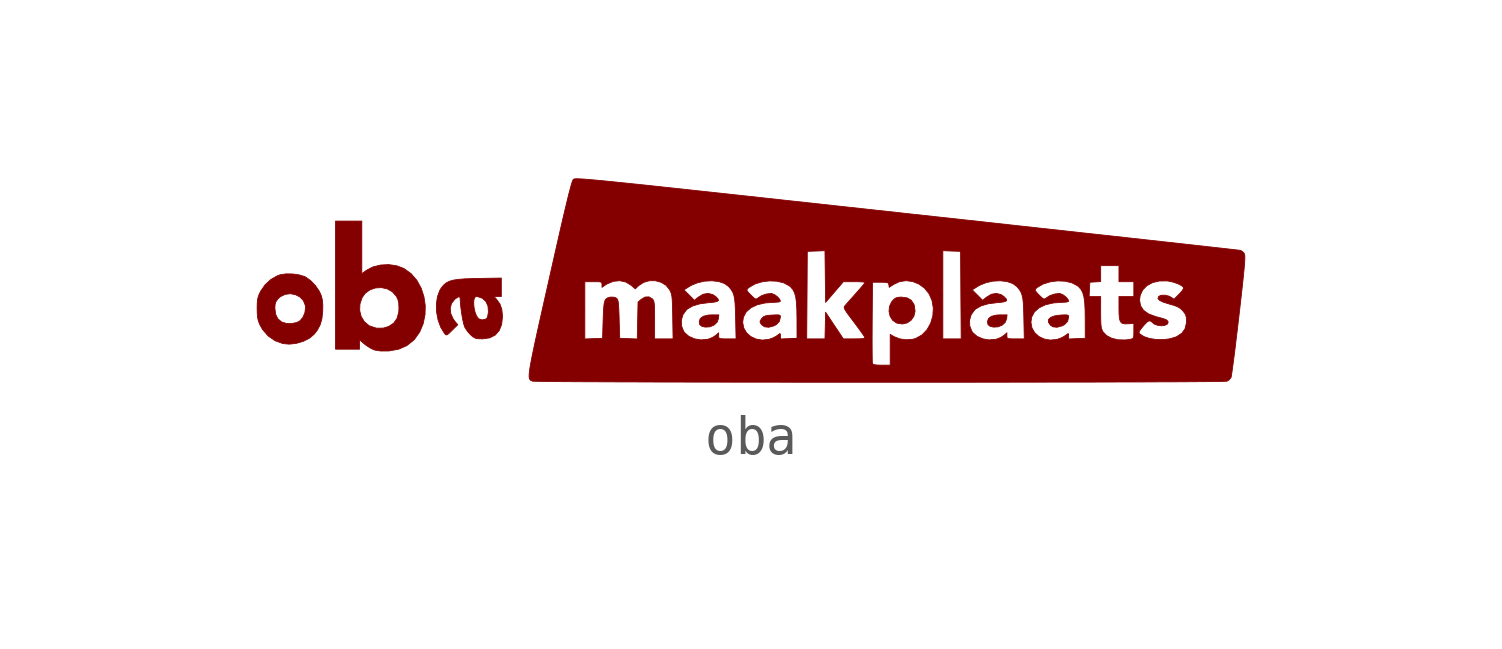
<source format=kicad_sym>
(kicad_symbol_lib
  (version 20231120)
  (generator "kicad_symbol_editor")
  (generator_version "8.0")
  (symbol "oba"
    (pin_names
      (offset 1.016))
    (property "Reference" "#G"
      (at 0 1.94 0)
      (effects (font (size 1.27 1.27)) (hide yes)))
    (symbol "oba_0_0"
      (polyline (pts (xy -1.032 -1.2) (xy -0.928 -1.157) (xy -0.851 -1.085) (xy -0.815 -0.99) (xy -0.806 -0.897) (xy -0.969 -0.897) (xy -1.073 -0.902) (xy -1.199 -0.933) (xy -1.276 -0.99) (xy -1.302 -1.072) (xy -1.288 -1.144) (xy -1.237 -1.185) (xy -1.15 -1.207) (xy -1.032 -1.2)) (stroke (width 0.01) (type default)) (fill (type outline)))
      (polyline (pts (xy 6.258 -1.2) (xy 6.362 -1.157) (xy 6.439 -1.085) (xy 6.475 -0.99) (xy 6.484 -0.897) (xy 6.322 -0.897) (xy 6.217 -0.902) (xy 6.091 -0.933) (xy 6.014 -0.99) (xy 5.988 -1.072) (xy 6.003 -1.144) (xy 6.053 -1.185) (xy 6.141 -1.207) (xy 6.258 -1.2)) (stroke (width 0.01) (type default)) (fill (type outline)))
      (polyline (pts (xy 7.882 -1.174) (xy 7.939 -1.143) (xy 8.016 -1.062) (xy 8.042 -0.953) (xy 8.042 -0.941) (xy 8.035 -0.913) (xy 8.007 -0.9) (xy 7.947 -0.897) (xy 7.842 -0.902) (xy 7.838 -0.902) (xy 7.69 -0.922) (xy 7.587 -0.961) (xy 7.532 -1.015) (xy 7.529 -1.082) (xy 7.58 -1.157) (xy 7.642 -1.199) (xy 7.748 -1.211) (xy 7.882 -1.174)) (stroke (width 0.01) (type default)) (fill (type outline)))
      (polyline (pts (xy 0.592 -1.174) (xy 0.649 -1.143) (xy 0.726 -1.062) (xy 0.752 -0.953) (xy 0.752 -0.939) (xy 0.744 -0.912) (xy 0.715 -0.899) (xy 0.653 -0.897) (xy 0.546 -0.902) (xy 0.463 -0.908) (xy 0.379 -0.921) (xy 0.325 -0.944) (xy 0.286 -0.981) (xy 0.278 -0.99) (xy 0.239 -1.052) (xy 0.242 -1.1) (xy 0.289 -1.157) (xy 0.351 -1.199) (xy 0.458 -1.211) (xy 0.592 -1.174)) (stroke (width 0.01) (type default)) (fill (type outline)))
      (polyline (pts (xy 3.96 -1.1) (xy 4.059 -1.031) (xy 4.128 -0.931) (xy 4.158 -0.806) (xy 4.14 -0.665) (xy 4.127 -0.627) (xy 4.059 -0.526) (xy 3.955 -0.467) (xy 3.81 -0.448) (xy 3.796 -0.448) (xy 3.708 -0.456) (xy 3.646 -0.483) (xy 3.585 -0.543) (xy 3.563 -0.571) (xy 3.51 -0.685) (xy 3.499 -0.81) (xy 3.526 -0.931) (xy 3.589 -1.033) (xy 3.685 -1.1) (xy 3.706 -1.108) (xy 3.84 -1.128) (xy 3.96 -1.1)) (stroke (width 0.01) (type default)) (fill (type outline)))
      (polyline (pts (xy -11.488 -1.617) (xy -11.31 -1.564) (xy -11.154 -1.484) (xy -11.037 -1.383) (xy -10.962 -1.286) (xy -10.889 -1.149) (xy -10.845 -0.996) (xy -10.825 -0.806) (xy -10.822 -0.654) (xy -10.833 -0.523) (xy -10.861 -0.41) (xy -10.908 -0.305) (xy -11.008 -0.158) (xy -11.132 -0.029) (xy -11.264 0.063) (xy -11.29 0.075) (xy -11.428 0.116) (xy -11.592 0.138) (xy -11.757 0.139) (xy -11.9 0.117) (xy -11.971 0.092) (xy -12.138 -0.003) (xy -12.284 -0.139) (xy -12.396 -0.302) (xy -12.417 -0.345) (xy -12.452 -0.427) (xy -12.472 -0.506) (xy -12.481 -0.602) (xy -12.483 -0.725) (xy -12.035 -0.725) (xy -12.03 -0.64) (xy -12.007 -0.562) (xy -11.955 -0.491) (xy -11.895 -0.437) (xy -11.775 -0.379) (xy -11.645 -0.362) (xy -11.516 -0.386) (xy -11.401 -0.445) (xy -11.313 -0.537) (xy -11.264 -0.66) (xy -11.259 -0.711) (xy -11.275 -0.841) (xy -11.326 -0.961) (xy -11.403 -1.05) (xy -11.477 -1.089) (xy -11.604 -1.117) (xy -11.739 -1.115) (xy -11.855 -1.081) (xy -11.862 -1.078) (xy -11.959 -0.998) (xy -12.016 -0.882) (xy -12.035 -0.725) (xy -12.483 -0.725) (xy -12.483 -0.736) (xy -12.481 -0.847) (xy -12.472 -0.962) (xy -12.451 -1.054) (xy -12.416 -1.143) (xy -12.346 -1.268) (xy -12.204 -1.431) (xy -12.03 -1.551) (xy -11.832 -1.623) (xy -11.67 -1.638) (xy -11.488 -1.617)) (stroke (width 0.01) (type default)) (fill (type outline)))
      (polyline (pts (xy -9.143 -1.809) (xy -8.904 -1.766) (xy -8.697 -1.675) (xy -8.524 -1.537) (xy -8.5 -1.512) (xy -8.37 -1.327) (xy -8.283 -1.119) (xy -8.237 -0.894) (xy -8.231 -0.664) (xy -8.265 -0.435) (xy -8.336 -0.219) (xy -8.445 -0.022) (xy -8.588 0.144) (xy -8.767 0.273) (xy -8.772 0.276) (xy -8.955 0.345) (xy -9.157 0.374) (xy -9.362 0.363) (xy -9.555 0.315) (xy -9.72 0.229) (xy -9.836 0.144) (xy -9.836 0.81) (xy -9.836 1.475) (xy -10.169 1.475) (xy -10.501 1.475) (xy -10.501 -0.145) (xy -10.501 -0.786) (xy -9.89 -0.786) (xy -9.883 -0.623) (xy -9.829 -0.462) (xy -9.749 -0.351) (xy -9.629 -0.264) (xy -9.489 -0.216) (xy -9.34 -0.208) (xy -9.195 -0.239) (xy -9.066 -0.311) (xy -8.965 -0.423) (xy -8.923 -0.507) (xy -8.902 -0.599) (xy -8.896 -0.723) (xy -8.901 -0.824) (xy -8.943 -0.983) (xy -9.027 -1.104) (xy -9.153 -1.189) (xy -9.292 -1.232) (xy -9.465 -1.234) (xy -9.634 -1.179) (xy -9.655 -1.168) (xy -9.772 -1.07) (xy -9.852 -0.939) (xy -9.89 -0.786) (xy -10.501 -0.786) (xy -10.501 -1.765) (xy -10.198 -1.765) (xy -9.894 -1.765) (xy -9.894 -1.647) (xy -9.894 -1.529) (xy -9.774 -1.631) (xy -9.732 -1.664) (xy -9.63 -1.731) (xy -9.536 -1.778) (xy -9.495 -1.79) (xy -9.361 -1.811) (xy -9.183 -1.811) (xy -9.143 -1.809)) (stroke (width 0.01) (type default)) (fill (type outline)))
      (polyline (pts (xy -6.776 -1.504) (xy -6.601 -1.479) (xy -6.462 -1.409) (xy -6.361 -1.295) (xy -6.299 -1.141) (xy -6.278 -0.946) (xy -6.278 -0.924) (xy -6.295 -0.755) (xy -6.344 -0.619) (xy -6.431 -0.499) (xy -6.49 -0.434) (xy -6.398 -0.434) (xy -6.307 -0.434) (xy -6.307 -0.2) (xy -6.307 0.034) (xy -6.892 0.024) (xy -7.01 0.021) (xy -7.223 0.014) (xy -7.391 0.001) (xy -7.52 -0.018) (xy -7.62 -0.047) (xy -7.697 -0.086) (xy -7.761 -0.139) (xy -7.819 -0.206) (xy -7.86 -0.27) (xy -7.922 -0.433) (xy -7.95 -0.622) (xy -7.945 -0.824) (xy -7.907 -1.025) (xy -7.839 -1.213) (xy -7.74 -1.373) (xy -7.728 -1.387) (xy -7.704 -1.405) (xy -7.674 -1.399) (xy -7.627 -1.361) (xy -7.552 -1.288) (xy -7.409 -1.148) (xy -7.477 -1.066) (xy -7.523 -1.003) (xy -7.585 -0.867) (xy -7.599 -0.732) (xy -7.568 -0.609) (xy -7.489 -0.508) (xy -7.464 -0.487) (xy -7.397 -0.443) (xy -7.359 -0.442) (xy -7.348 -0.484) (xy -7.344 -0.571) (xy -7.339 -0.618) (xy -7.006 -0.618) (xy -7.002 -0.525) (xy -6.982 -0.459) (xy -6.945 -0.434) (xy -6.907 -0.436) (xy -6.788 -0.476) (xy -6.698 -0.558) (xy -6.644 -0.676) (xy -6.634 -0.819) (xy -6.639 -0.864) (xy -6.654 -0.941) (xy -6.671 -0.982) (xy -6.704 -1.005) (xy -6.793 -1.025) (xy -6.878 -0.997) (xy -6.89 -0.987) (xy -6.935 -0.922) (xy -6.971 -0.83) (xy -6.995 -0.724) (xy -7.006 -0.618) (xy -7.339 -0.618) (xy -7.331 -0.709) (xy -7.311 -0.858) (xy -7.287 -1) (xy -7.261 -1.119) (xy -7.237 -1.197) (xy -7.222 -1.226) (xy -7.155 -1.325) (xy -7.077 -1.41) (xy -7.025 -1.453) (xy -6.965 -1.487) (xy -6.893 -1.501) (xy -6.787 -1.504) (xy -6.776 -1.504)) (stroke (width 0.01) (type default)) (fill (type outline)))
      (polyline (pts (xy 4.6 -2.602) (xy 5.21 -2.602) (xy 5.81 -2.601) (xy 6.399 -2.601) (xy 6.974 -2.6) (xy 7.532 -2.599) (xy 8.071 -2.599) (xy 8.587 -2.598) (xy 9.079 -2.596) (xy 9.542 -2.595) (xy 9.975 -2.594) (xy 10.375 -2.592) (xy 10.738 -2.591) (xy 11.063 -2.589) (xy 11.347 -2.587) (xy 11.586 -2.585) (xy 11.779 -2.583) (xy 11.922 -2.58) (xy 12.012 -2.578) (xy 12.048 -2.575) (xy 12.102 -2.541) (xy 12.15 -2.481) (xy 12.152 -2.473) (xy 12.163 -2.413) (xy 12.179 -2.303) (xy 12.2 -2.148) (xy 12.225 -1.955) (xy 12.254 -1.73) (xy 12.284 -1.477) (xy 12.317 -1.202) (xy 12.351 -0.911) (xy 12.389 -0.583) (xy 12.421 -0.298) (xy 12.447 -0.062) (xy 12.467 0.131) (xy 12.482 0.285) (xy 12.492 0.405) (xy 12.498 0.496) (xy 12.499 0.561) (xy 12.497 0.607) (xy 12.491 0.636) (xy 12.483 0.656) (xy 12.445 0.699) (xy 12.39 0.734) (xy 12.367 0.737) (xy 12.288 0.746) (xy 12.157 0.761) (xy 11.974 0.782) (xy 11.742 0.808) (xy 11.464 0.839) (xy 11.141 0.875) (xy 10.777 0.916) (xy 10.372 0.96) (xy 9.931 1.009) (xy 9.454 1.062) (xy 8.944 1.118) (xy 8.403 1.177) (xy 7.835 1.24) (xy 7.24 1.305) (xy 6.621 1.373) (xy 5.981 1.444) (xy 5.321 1.516) (xy 4.645 1.59) (xy 3.954 1.665) (xy 3.741 1.689) (xy 2.933 1.777) (xy 2.18 1.859) (xy 1.48 1.936) (xy 0.832 2.006) (xy 0.232 2.072) (xy -0.32 2.132) (xy -0.827 2.187) (xy -1.291 2.237) (xy -1.713 2.283) (xy -2.096 2.324) (xy -2.441 2.361) (xy -2.751 2.394) (xy -3.028 2.423) (xy -3.273 2.448) (xy -3.488 2.47) (xy -3.675 2.489) (xy -3.837 2.504) (xy -3.975 2.517) (xy -4.092 2.527) (xy -4.188 2.535) (xy -4.267 2.54) (xy -4.33 2.543) (xy -4.378 2.545) (xy -4.415 2.545) (xy -4.442 2.543) (xy -4.46 2.54) (xy -4.473 2.536) (xy -4.481 2.532) (xy -4.488 2.526) (xy -4.497 2.511) (xy -4.514 2.469) (xy -4.536 2.398) (xy -4.564 2.297) (xy -4.6 2.161) (xy -4.642 1.989) (xy -4.693 1.778) (xy -4.753 1.524) (xy -4.822 1.224) (xy -4.901 0.877) (xy -4.991 0.479) (xy -5.093 0.027) (xy -5.169 -0.311) (xy -5.258 -0.706) (xy -5.275 -0.782) (xy -4.195 -0.782) (xy -4.195 -0.058) (xy -3.978 -0.058) (xy -3.903 -0.058) (xy -3.823 -0.061) (xy -3.78 -0.072) (xy -3.764 -0.093) (xy -3.761 -0.129) (xy -3.761 -0.201) (xy -3.659 -0.131) (xy -3.631 -0.114) (xy -3.474 -0.049) (xy -3.312 -0.033) (xy -3.157 -0.067) (xy -3.021 -0.151) (xy -2.919 -0.24) (xy -2.839 -0.163) (xy -2.834 -0.159) (xy -2.707 -0.075) (xy -2.561 -0.034) (xy -2.409 -0.034) (xy -2.264 -0.074) (xy -2.139 -0.152) (xy -2.048 -0.265) (xy -2.026 -0.311) (xy -2.008 -0.359) (xy -1.995 -0.418) (xy -1.986 -0.497) (xy -1.98 -0.605) (xy -1.976 -0.752) (xy -1.972 -0.947) (xy -1.971 -1.033) (xy -1.754 -1.033) (xy -1.713 -0.893) (xy -1.627 -0.774) (xy -1.597 -0.747) (xy -1.462 -0.67) (xy -1.28 -0.617) (xy -1.049 -0.587) (xy -0.934 -0.577) (xy -0.85 -0.559) (xy -0.815 -0.534) (xy -0.825 -0.496) (xy -0.875 -0.442) (xy -0.955 -0.386) (xy -1.077 -0.354) (xy -1.206 -0.377) (xy -1.334 -0.455) (xy -1.422 -0.53) (xy -1.555 -0.397) (xy -1.687 -0.265) (xy -1.549 -0.178) (xy -1.502 -0.15) (xy -1.337 -0.083) (xy -1.159 -0.044) (xy -0.979 -0.035) (xy -0.81 -0.054) (xy -0.665 -0.103) (xy -0.558 -0.18) (xy -0.552 -0.187) (xy -0.498 -0.252) (xy -0.457 -0.317) (xy -0.428 -0.391) (xy -0.408 -0.484) (xy -0.395 -0.607) (xy -0.387 -0.767) (xy -0.381 -0.976) (xy -0.379 -1.083) (xy -0.203 -1.083) (xy -0.183 -0.953) (xy -0.113 -0.823) (xy 0.005 -0.719) (xy 0.167 -0.642) (xy 0.371 -0.595) (xy 0.613 -0.579) (xy 0.66 -0.577) (xy 0.726 -0.568) (xy 0.752 -0.553) (xy 0.738 -0.51) (xy 0.685 -0.447) (xy 0.613 -0.391) (xy 0.539 -0.36) (xy 0.501 -0.357) (xy 0.388 -0.372) (xy 0.269 -0.415) (xy 0.173 -0.478) (xy 0.15 -0.494) (xy 0.119 -0.494) (xy 0.075 -0.463) (xy 0.005 -0.395) (xy -0.001 -0.39) (xy -0.065 -0.322) (xy -0.093 -0.281) (xy -0.091 -0.252) (xy -0.065 -0.223) (xy -0.037 -0.2) (xy 0.109 -0.116) (xy 0.285 -0.062) (xy 0.474 -0.038) (xy 0.662 -0.046) (xy 0.834 -0.087) (xy 0.974 -0.161) (xy 1.01 -0.191) (xy 1.067 -0.256) (xy 1.109 -0.338) (xy 1.139 -0.445) (xy 1.157 -0.585) (xy 1.167 -0.766) (xy 1.171 -0.997) (xy 1.172 -1.49) (xy 0.962 -1.498) (xy 0.814 -1.504) (xy 1.417 -1.504) (xy 1.425 -0.398) (xy 1.432 0.709) (xy 1.656 0.717) (xy 1.879 0.726) (xy 1.887 0.072) (xy 1.895 -0.582) (xy 2.12 -0.32) (xy 2.345 -0.058) (xy 2.619 -0.058) (xy 2.689 -0.058) (xy 2.794 -0.062) (xy 2.866 -0.068) (xy 2.893 -0.076) (xy 2.877 -0.101) (xy 2.83 -0.16) (xy 2.758 -0.244) (xy 2.67 -0.344) (xy 2.591 -0.433) (xy 2.503 -0.531) (xy 2.434 -0.609) (xy 2.393 -0.656) (xy 2.377 -0.674) (xy 2.365 -0.699) (xy 2.367 -0.729) (xy 2.388 -0.772) (xy 2.431 -0.838) (xy 2.501 -0.934) (xy 2.602 -1.068) (xy 2.647 -1.128) (xy 2.736 -1.248) (xy 2.809 -1.349) (xy 2.86 -1.423) (xy 2.882 -1.461) (xy 2.885 -1.472) (xy 2.873 -1.488) (xy 2.832 -1.498) (xy 2.751 -1.503) (xy 2.621 -1.504) (xy 2.344 -1.504) (xy 2.119 -1.167) (xy 1.895 -0.83) (xy 1.887 -1.167) (xy 1.879 -1.504) (xy 1.648 -1.504) (xy 1.417 -1.504) (xy 0.814 -1.504) (xy 0.752 -1.507) (xy 0.752 -1.429) (xy 0.751 -1.385) (xy 0.738 -1.369) (xy 0.701 -1.397) (xy 0.693 -1.404) (xy 0.626 -1.448) (xy 0.542 -1.489) (xy 0.454 -1.518) (xy 0.293 -1.535) (xy 0.14 -1.51) (xy 0.004 -1.447) (xy -0.104 -1.351) (xy -0.176 -1.228) (xy -0.203 -1.083) (xy -0.379 -1.083) (xy -0.37 -1.504) (xy -0.59 -1.504) (xy -0.679 -1.504) (xy -0.754 -1.5) (xy -0.793 -1.489) (xy -0.808 -1.466) (xy -0.81 -1.427) (xy -0.81 -1.35) (xy -0.875 -1.409) (xy -0.875 -1.409) (xy -0.95 -1.46) (xy -1.038 -1.5) (xy -1.094 -1.516) (xy -1.258 -1.53) (xy -1.419 -1.504) (xy -1.563 -1.441) (xy -1.672 -1.346) (xy -1.696 -1.312) (xy -1.749 -1.177) (xy -1.754 -1.033) (xy -1.971 -1.033) (xy -1.963 -1.504) (xy -2.196 -1.504) (xy -2.43 -1.504) (xy -2.43 -1.027) (xy -2.43 -0.948) (xy -2.431 -0.791) (xy -2.434 -0.679) (xy -2.441 -0.602) (xy -2.451 -0.551) (xy -2.466 -0.517) (xy -2.488 -0.492) (xy -2.572 -0.442) (xy -2.669 -0.446) (xy -2.768 -0.504) (xy -2.849 -0.574) (xy -2.859 -1.04) (xy -2.869 -1.507) (xy -3.091 -1.498) (xy -3.312 -1.49) (xy -3.327 -1.003) (xy -3.329 -0.921) (xy -3.335 -0.762) (xy -3.342 -0.649) (xy -3.35 -0.573) (xy -3.362 -0.524) (xy -3.378 -0.493) (xy -3.399 -0.473) (xy -3.446 -0.451) (xy -3.543 -0.447) (xy -3.548 -0.448) (xy -3.607 -0.463) (xy -3.651 -0.487) (xy -3.682 -0.527) (xy -3.703 -0.593) (xy -3.716 -0.691) (xy -3.725 -0.831) (xy -3.732 -1.021) (xy -3.746 -1.49) (xy -3.97 -1.498) (xy -4.195 -1.507) (xy -4.195 -0.782) (xy -5.275 -0.782) (xy -5.336 -1.052) (xy -5.402 -1.35) (xy -5.444 -1.542) (xy 3.071 -1.542) (xy 3.072 -1.322) (xy 3.073 -1.085) (xy 3.081 -0.072) (xy 3.284 -0.072) (xy 3.311 -0.072) (xy 3.407 -0.075) (xy 3.461 -0.084) (xy 3.486 -0.103) (xy 3.495 -0.137) (xy 3.504 -0.201) (xy 3.616 -0.127) (xy 3.765 -0.057) (xy 3.932 -0.032) (xy 4.099 -0.055) (xy 4.258 -0.12) (xy 4.399 -0.224) (xy 4.511 -0.363) (xy 4.523 -0.389) (xy 4.86 -0.389) (xy 4.86 0.726) (xy 5.084 0.717) (xy 5.309 0.709) (xy 5.316 -0.398) (xy 5.321 -1.033) (xy 5.536 -1.033) (xy 5.577 -0.893) (xy 5.663 -0.774) (xy 5.693 -0.747) (xy 5.828 -0.67) (xy 6.01 -0.617) (xy 6.242 -0.587) (xy 6.356 -0.577) (xy 6.441 -0.559) (xy 6.475 -0.534) (xy 6.465 -0.496) (xy 6.415 -0.442) (xy 6.335 -0.386) (xy 6.213 -0.354) (xy 6.084 -0.377) (xy 5.957 -0.455) (xy 5.868 -0.53) (xy 5.736 -0.397) (xy 5.603 -0.265) (xy 5.741 -0.178) (xy 5.788 -0.15) (xy 5.953 -0.083) (xy 6.131 -0.044) (xy 6.312 -0.035) (xy 6.48 -0.054) (xy 6.625 -0.103) (xy 6.732 -0.18) (xy 6.738 -0.187) (xy 6.792 -0.252) (xy 6.833 -0.317) (xy 6.862 -0.391) (xy 6.883 -0.484) (xy 6.896 -0.607) (xy 6.904 -0.767) (xy 6.909 -0.976) (xy 6.911 -1.083) (xy 7.088 -1.083) (xy 7.107 -0.953) (xy 7.177 -0.823) (xy 7.295 -0.719) (xy 7.457 -0.642) (xy 7.661 -0.595) (xy 7.903 -0.579) (xy 7.95 -0.577) (xy 8.016 -0.568) (xy 8.042 -0.553) (xy 8.028 -0.51) (xy 7.976 -0.447) (xy 7.903 -0.391) (xy 7.829 -0.36) (xy 7.791 -0.357) (xy 7.678 -0.372) (xy 7.559 -0.415) (xy 7.463 -0.478) (xy 7.441 -0.494) (xy 7.409 -0.494) (xy 7.365 -0.463) (xy 7.295 -0.395) (xy 7.29 -0.39) (xy 7.226 -0.322) (xy 7.197 -0.281) (xy 7.199 -0.252) (xy 7.225 -0.223) (xy 7.253 -0.2) (xy 7.4 -0.116) (xy 7.575 -0.062) (xy 7.764 -0.038) (xy 7.952 -0.046) (xy 8.124 -0.087) (xy 8.264 -0.161) (xy 8.3 -0.191) (xy 8.357 -0.256) (xy 8.399 -0.338) (xy 8.426 -0.434) (xy 8.56 -0.434) (xy 8.569 -0.253) (xy 8.578 -0.072) (xy 8.715 -0.064) (xy 8.852 -0.055) (xy 8.852 0.146) (xy 8.852 0.347) (xy 9.084 0.347) (xy 9.315 0.347) (xy 9.315 0.145) (xy 9.315 -0.058) (xy 9.503 -0.058) (xy 9.691 -0.058) (xy 9.691 -0.246) (xy 9.691 -0.434) (xy 9.503 -0.434) (xy 9.315 -0.434) (xy 9.315 -0.736) (xy 9.317 -0.875) (xy 9.327 -0.993) (xy 9.351 -1.068) (xy 9.393 -1.109) (xy 9.458 -1.125) (xy 9.551 -1.123) (xy 9.691 -1.114) (xy 9.691 -1.305) (xy 9.691 -1.352) (xy 9.824 -1.352) (xy 9.827 -1.319) (xy 9.858 -1.269) (xy 9.924 -1.188) (xy 9.954 -1.153) (xy 10.024 -1.08) (xy 10.076 -1.049) (xy 10.12 -1.056) (xy 10.166 -1.096) (xy 10.21 -1.131) (xy 10.293 -1.162) (xy 10.385 -1.173) (xy 10.471 -1.163) (xy 10.535 -1.135) (xy 10.559 -1.087) (xy 10.551 -1.056) (xy 10.511 -1.021) (xy 10.429 -0.989) (xy 10.299 -0.955) (xy 10.245 -0.941) (xy 10.065 -0.874) (xy 9.937 -0.782) (xy 9.861 -0.666) (xy 9.836 -0.525) (xy 9.852 -0.404) (xy 9.915 -0.268) (xy 10.022 -0.158) (xy 10.166 -0.081) (xy 10.339 -0.04) (xy 10.536 -0.039) (xy 10.562 -0.043) (xy 10.685 -0.069) (xy 10.803 -0.11) (xy 10.897 -0.157) (xy 10.951 -0.205) (xy 10.946 -0.235) (xy 10.907 -0.295) (xy 10.84 -0.369) (xy 10.708 -0.501) (xy 10.63 -0.45) (xy 10.572 -0.421) (xy 10.475 -0.399) (xy 10.384 -0.401) (xy 10.321 -0.429) (xy 10.316 -0.435) (xy 10.301 -0.483) (xy 10.341 -0.53) (xy 10.436 -0.576) (xy 10.589 -0.624) (xy 10.701 -0.656) (xy 10.797 -0.692) (xy 10.867 -0.735) (xy 10.927 -0.792) (xy 10.941 -0.808) (xy 10.993 -0.878) (xy 11.017 -0.948) (xy 11.022 -1.048) (xy 11.019 -1.113) (xy 10.984 -1.254) (xy 10.904 -1.363) (xy 10.774 -1.448) (xy 10.75 -1.458) (xy 10.6 -1.503) (xy 10.429 -1.524) (xy 10.254 -1.52) (xy 10.087 -1.494) (xy 9.946 -1.447) (xy 9.844 -1.38) (xy 9.824 -1.352) (xy 9.691 -1.352) (xy 9.691 -1.358) (xy 9.688 -1.439) (xy 9.676 -1.483) (xy 9.649 -1.503) (xy 9.601 -1.515) (xy 9.478 -1.532) (xy 9.296 -1.528) (xy 9.134 -1.49) (xy 9.002 -1.421) (xy 8.911 -1.325) (xy 8.899 -1.305) (xy 8.879 -1.257) (xy 8.865 -1.198) (xy 8.857 -1.115) (xy 8.854 -0.996) (xy 8.852 -0.832) (xy 8.852 -0.434) (xy 8.706 -0.434) (xy 8.56 -0.434) (xy 8.426 -0.434) (xy 8.429 -0.445) (xy 8.448 -0.585) (xy 8.458 -0.766) (xy 8.461 -0.997) (xy 8.462 -1.49) (xy 8.252 -1.498) (xy 8.042 -1.507) (xy 8.042 -1.429) (xy 8.041 -1.385) (xy 8.028 -1.369) (xy 7.991 -1.397) (xy 7.983 -1.404) (xy 7.916 -1.448) (xy 7.832 -1.489) (xy 7.745 -1.518) (xy 7.583 -1.535) (xy 7.43 -1.51) (xy 7.294 -1.447) (xy 7.186 -1.351) (xy 7.114 -1.228) (xy 7.088 -1.083) (xy 6.911 -1.083) (xy 6.92 -1.504) (xy 6.7 -1.504) (xy 6.611 -1.504) (xy 6.536 -1.5) (xy 6.497 -1.489) (xy 6.482 -1.466) (xy 6.48 -1.427) (xy 6.48 -1.35) (xy 6.415 -1.409) (xy 6.415 -1.409) (xy 6.34 -1.46) (xy 6.252 -1.5) (xy 6.197 -1.516) (xy 6.032 -1.53) (xy 5.871 -1.504) (xy 5.727 -1.441) (xy 5.618 -1.346) (xy 5.594 -1.312) (xy 5.541 -1.177) (xy 5.536 -1.033) (xy 5.321 -1.033) (xy 5.324 -1.504) (xy 5.092 -1.504) (xy 4.86 -1.504) (xy 4.86 -0.389) (xy 4.523 -0.389) (xy 4.586 -0.533) (xy 4.619 -0.726) (xy 4.607 -0.924) (xy 4.552 -1.109) (xy 4.46 -1.272) (xy 4.334 -1.403) (xy 4.178 -1.492) (xy 4.098 -1.515) (xy 3.935 -1.527) (xy 3.771 -1.505) (xy 3.629 -1.449) (xy 3.529 -1.391) (xy 3.529 -1.78) (xy 3.529 -2.17) (xy 3.312 -2.17) (xy 3.204 -2.167) (xy 3.115 -2.155) (xy 3.08 -2.133) (xy 3.077 -2.106) (xy 3.075 -2.026) (xy 3.073 -1.901) (xy 3.072 -1.737) (xy 3.071 -1.542) (xy -5.444 -1.542) (xy -5.458 -1.605) (xy -5.503 -1.821) (xy -5.54 -2) (xy -5.568 -2.147) (xy -5.587 -2.264) (xy -5.599 -2.356) (xy -5.604 -2.426) (xy -5.603 -2.477) (xy -5.595 -2.512) (xy -5.583 -2.536) (xy -5.565 -2.552) (xy -5.544 -2.563) (xy -5.519 -2.574) (xy -5.513 -2.575) (xy -5.459 -2.577) (xy -5.351 -2.579) (xy -5.191 -2.582) (xy -4.983 -2.584) (xy -4.729 -2.586) (xy -4.431 -2.588) (xy -4.093 -2.59) (xy -3.717 -2.591) (xy -3.306 -2.593) (xy -2.863 -2.594) (xy -2.39 -2.596) (xy -1.89 -2.597) (xy -1.366 -2.598) (xy -0.821 -2.599) (xy -0.257 -2.6) (xy 0.323 -2.6) (xy 0.916 -2.601) (xy 1.52 -2.602) (xy 2.132 -2.602) (xy 2.748 -2.602) (xy 3.367 -2.602) (xy 3.985 -2.602) (xy 4.6 -2.602)) (stroke (width 0.01) (type default)) (fill (type outline))))))
</source>
